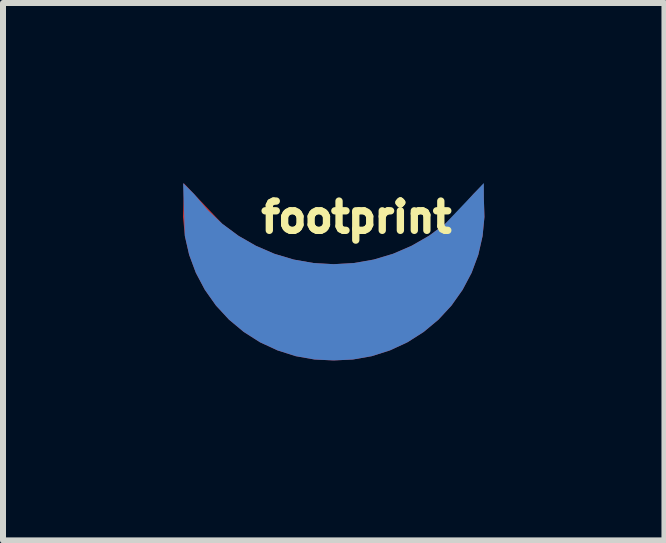
<source format=kicad_pcb>
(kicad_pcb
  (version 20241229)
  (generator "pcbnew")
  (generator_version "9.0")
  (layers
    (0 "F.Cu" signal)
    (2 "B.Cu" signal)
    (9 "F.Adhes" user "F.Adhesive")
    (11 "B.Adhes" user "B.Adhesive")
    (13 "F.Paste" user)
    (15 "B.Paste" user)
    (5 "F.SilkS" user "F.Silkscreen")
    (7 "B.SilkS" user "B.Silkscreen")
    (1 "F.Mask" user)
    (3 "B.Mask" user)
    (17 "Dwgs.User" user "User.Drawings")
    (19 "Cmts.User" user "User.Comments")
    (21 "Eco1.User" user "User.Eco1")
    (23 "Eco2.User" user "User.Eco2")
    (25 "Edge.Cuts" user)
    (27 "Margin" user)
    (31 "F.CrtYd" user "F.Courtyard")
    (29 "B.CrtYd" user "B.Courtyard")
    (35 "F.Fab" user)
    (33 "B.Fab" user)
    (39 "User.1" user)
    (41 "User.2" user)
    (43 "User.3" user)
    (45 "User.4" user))
  (footprint "footprint"
    (layer "F.Cu")
    (at 2.512 2.125)
    (property "Reference" "footprint" (at -1.27 -1.27 0) (layer "F.SilkS") (effects (font (size 0.488 0.488) (thickness 0.122)) (justify left bottom)))
    (fp_poly (pts (xy -1.855 -1.443) (xy -1.587 -1.245) (xy -1.296 -1.078) (xy -0.988 -0.945) (xy -0.666 -0.849) (xy -0.335 -0.791) (xy -0.000001 -0.772) (xy 0.335 -0.791) (xy 0.666 -0.849) (xy 0.988 -0.945) (xy 1.296 -1.078) (xy 1.587 -1.245) (xy 1.857 -1.445) (xy 2.102 -1.675) (xy 2.325 -1.939) (xy 2.494 -2.107) (xy 2.512 -1.56) (xy 2.481 -1.241) (xy 2.41 -0.929) (xy 2.298 -0.628) (xy 2.148 -0.345) (xy 1.963 -0.083) (xy 1.746 0.152) (xy 1.5 0.357) (xy 1.23 0.529) (xy 0.939 0.664) (xy 0.634 0.761) (xy 0.318 0.817) (xy 0.002 0.832) (xy -0.002 0.832) (xy -0.318 0.817) (xy -0.634 0.761) (xy -0.939 0.664) (xy -1.23 0.529) (xy -1.5 0.357) (xy -1.746 0.152) (xy -1.963 -0.083) (xy -2.148 -0.345) (xy -2.298 -0.628) (xy -2.41 -0.929) (xy -2.481 -1.241) (xy -2.512 -1.56) (xy -2.502 -1.872) (xy -2.502 -2.125)) (stroke (width 0) (type solid)) (fill yes) (layer "F.Cu"))
    (fp_poly (pts (xy -1.855 -1.443) (xy -1.587 -1.245) (xy -1.296 -1.078) (xy -0.988 -0.945) (xy -0.666 -0.849) (xy -0.335 -0.791) (xy -0.000001 -0.772) (xy 0.335 -0.791) (xy 0.666 -0.849) (xy 0.988 -0.945) (xy 1.296 -1.078) (xy 1.587 -1.245) (xy 1.857 -1.445) (xy 2.102 -1.675) (xy 2.325 -1.939) (xy 2.494 -2.107) (xy 2.512 -1.56) (xy 2.481 -1.241) (xy 2.41 -0.929) (xy 2.298 -0.628) (xy 2.148 -0.345) (xy 1.963 -0.083) (xy 1.746 0.152) (xy 1.5 0.357) (xy 1.23 0.529) (xy 0.939 0.664) (xy 0.634 0.761) (xy 0.318 0.817) (xy 0.002 0.832) (xy -0.002 0.832) (xy -0.318 0.817) (xy -0.634 0.761) (xy -0.939 0.664) (xy -1.23 0.529) (xy -1.5 0.357) (xy -1.746 0.152) (xy -1.963 -0.083) (xy -2.148 -0.345) (xy -2.298 -0.628) (xy -2.41 -0.929) (xy -2.481 -1.241) (xy -2.512 -1.56) (xy -2.502 -1.872) (xy -2.502 -2.125)) (stroke (width 0) (type solid)) (fill yes) (layer "F.Mask"))
    (fp_poly (pts (xy 2.502 -1.872) (xy 2.512 -1.56) (xy 2.481 -1.241) (xy 2.41 -0.929) (xy 2.298 -0.628) (xy 2.148 -0.345) (xy 1.963 -0.083) (xy 1.746 0.152) (xy 1.5 0.357) (xy 1.23 0.529) (xy 0.939 0.664) (xy 0.634 0.761) (xy 0.318 0.817) (xy 0.002 0.832) (xy -0.002 0.832) (xy -0.318 0.817) (xy -0.634 0.761) (xy -0.939 0.664) (xy -1.23 0.529) (xy -1.5 0.357) (xy -1.746 0.152) (xy -1.963 -0.083) (xy -2.148 -0.345) (xy -2.298 -0.628) (xy -2.41 -0.929) (xy -2.482 -1.244) (xy -2.51 -2.123) (xy -2.325 -1.939) (xy -2.102 -1.675) (xy -1.857 -1.445) (xy -1.587 -1.245) (xy -1.296 -1.078) (xy -0.988 -0.945) (xy -0.666 -0.849) (xy -0.335 -0.791) (xy 0.000001 -0.772) (xy 0.335 -0.791) (xy 0.666 -0.849) (xy 0.988 -0.945) (xy 1.296 -1.078) (xy 1.587 -1.245) (xy 1.855 -1.443) (xy 2.502 -2.125)) (stroke (width 0) (type solid)) (fill yes) (layer "B.Cu"))
    (fp_poly (pts (xy 2.502 -1.872) (xy 2.512 -1.56) (xy 2.481 -1.241) (xy 2.41 -0.929) (xy 2.298 -0.628) (xy 2.148 -0.345) (xy 1.963 -0.083) (xy 1.746 0.152) (xy 1.5 0.357) (xy 1.23 0.529) (xy 0.939 0.664) (xy 0.634 0.761) (xy 0.318 0.817) (xy 0.002 0.832) (xy -0.002 0.832) (xy -0.318 0.817) (xy -0.634 0.761) (xy -0.939 0.664) (xy -1.23 0.529) (xy -1.5 0.357) (xy -1.746 0.152) (xy -1.963 -0.083) (xy -2.148 -0.345) (xy -2.298 -0.628) (xy -2.41 -0.929) (xy -2.482 -1.244) (xy -2.51 -2.123) (xy -2.325 -1.939) (xy -2.102 -1.675) (xy -1.857 -1.445) (xy -1.587 -1.245) (xy -1.296 -1.078) (xy -0.988 -0.945) (xy -0.666 -0.849) (xy -0.335 -0.791) (xy 0.000001 -0.772) (xy 0.335 -0.791) (xy 0.666 -0.849) (xy 0.988 -0.945) (xy 1.296 -1.078) (xy 1.587 -1.245) (xy 1.855 -1.443) (xy 2.502 -2.125)) (stroke (width 0) (type solid)) (fill yes) (layer "B.Mask")))
  (gr_rect
    (start -3 -3)
    (end 8.024 5.956)
    (stroke (width 0.1) (type default))
    (fill no)
    (layer "Edge.Cuts")))
</source>
